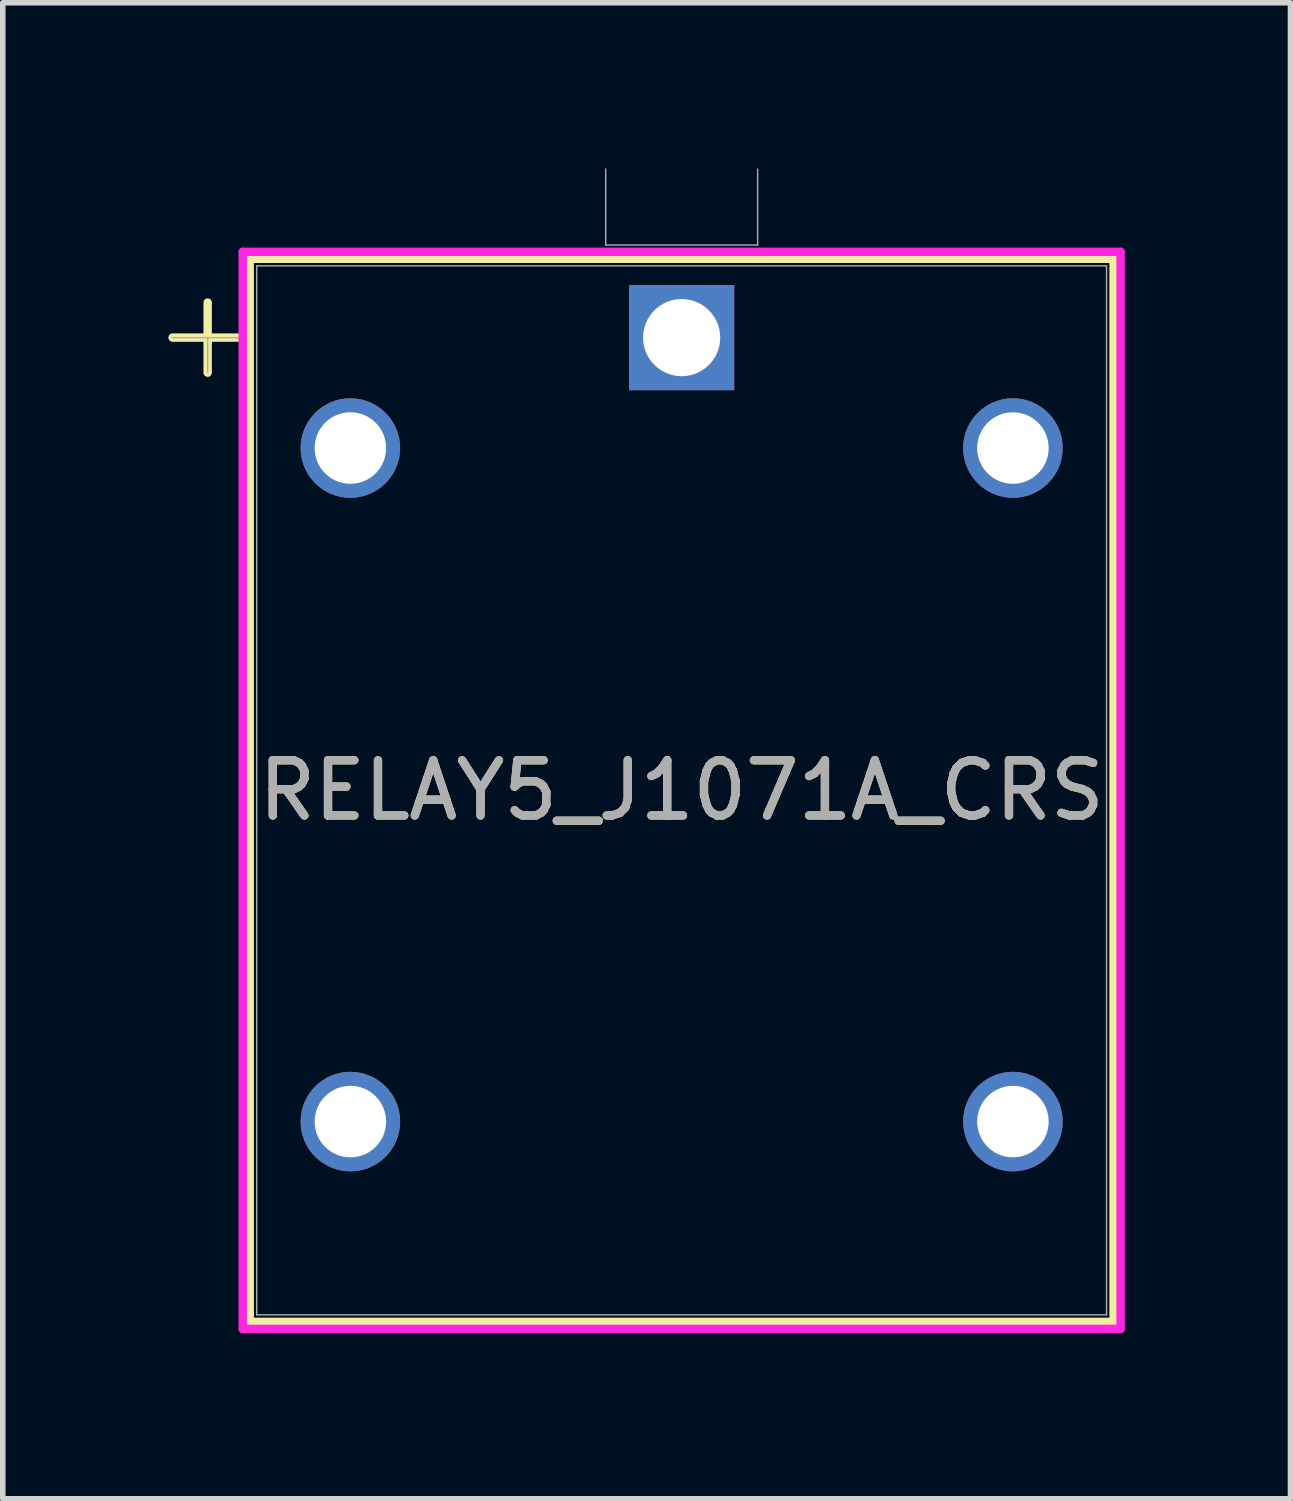
<source format=kicad_pcb>
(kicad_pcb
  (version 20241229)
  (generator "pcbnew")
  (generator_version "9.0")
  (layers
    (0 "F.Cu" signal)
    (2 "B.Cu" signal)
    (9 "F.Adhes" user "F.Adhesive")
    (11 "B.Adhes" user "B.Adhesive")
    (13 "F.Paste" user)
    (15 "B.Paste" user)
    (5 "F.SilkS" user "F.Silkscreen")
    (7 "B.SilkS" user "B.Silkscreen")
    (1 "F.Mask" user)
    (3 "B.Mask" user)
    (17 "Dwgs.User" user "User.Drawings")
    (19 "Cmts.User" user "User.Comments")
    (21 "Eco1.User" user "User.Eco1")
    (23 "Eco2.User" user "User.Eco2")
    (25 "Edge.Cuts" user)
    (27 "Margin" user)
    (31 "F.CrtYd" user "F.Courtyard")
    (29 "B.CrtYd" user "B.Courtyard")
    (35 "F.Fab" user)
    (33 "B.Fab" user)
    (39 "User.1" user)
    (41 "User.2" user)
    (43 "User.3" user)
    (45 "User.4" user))
  (footprint "RELAY5_J1071A_CRS"
    (layer "F.Cu")
    (at 9.296 3.065)
    (property "Reference" "RELAY5_J1071A_CRS" (at 0 8.2 0) (unlocked yes) (layer "F.SilkS") (effects (font (size 1 1) (thickness 0.15))))
    (attr through_hole)
    (fp_line (start -9.22 0) (end -7.95 0) (stroke (width 0.152) (type solid)) (layer "F.SilkS"))
    (fp_line (start -8.585 -0.635) (end -8.585 0.635) (stroke (width 0.152) (type solid)) (layer "F.SilkS"))
    (fp_line (start -7.823 -1.427) (end -7.823 17.826) (stroke (width 0.152) (type solid)) (layer "F.SilkS"))
    (fp_line (start 7.823 -1.427) (end -7.823 -1.427) (stroke (width 0.152) (type solid)) (layer "F.SilkS"))
    (fp_line (start 7.823 -1.427) (end 7.823 17.826) (stroke (width 0.152) (type solid)) (layer "F.SilkS"))
    (fp_line (start 7.823 17.826) (end -7.823 17.826) (stroke (width 0.152) (type solid)) (layer "F.SilkS"))
    (fp_line (start -7.95 -1.554) (end -7.95 17.953) (stroke (width 0.152) (type solid)) (layer "F.CrtYd"))
    (fp_line (start -7.95 17.953) (end 7.95 17.953) (stroke (width 0.152) (type solid)) (layer "F.CrtYd"))
    (fp_line (start 7.95 -1.554) (end -7.95 -1.554) (stroke (width 0.152) (type solid)) (layer "F.CrtYd"))
    (fp_line (start 7.95 17.953) (end 7.95 -1.554) (stroke (width 0.152) (type solid)) (layer "F.CrtYd"))
    (fp_line (start -9.22 0) (end -7.95 0) (stroke (width 0.025) (type solid)) (layer "F.Fab"))
    (fp_line (start -8.585 0) (end -8.585 0.635) (stroke (width 0.025) (type solid)) (layer "F.Fab"))
    (fp_line (start -7.696 -1.3) (end -7.696 17.699) (stroke (width 0.025) (type solid)) (layer "F.Fab"))
    (fp_line (start -1.376 -1.677) (end -1.376 -3.053) (stroke (width 0.025) (type solid)) (layer "F.Fab"))
    (fp_line (start 1.376 -3.053) (end 1.376 -1.677) (stroke (width 0.025) (type solid)) (layer "F.Fab"))
    (fp_line (start 1.376 -1.677) (end -1.376 -1.677) (stroke (width 0.025) (type solid)) (layer "F.Fab"))
    (fp_line (start 7.696 -1.3) (end -7.696 -1.3) (stroke (width 0.025) (type solid)) (layer "F.Fab"))
    (fp_line (start 7.696 -1.3) (end 7.696 17.699) (stroke (width 0.025) (type solid)) (layer "F.Fab"))
    (fp_line (start 7.696 17.699) (end -7.696 17.699) (stroke (width 0.025) (type solid)) (layer "F.Fab"))
    (fp_text user "${REFERENCE}" (at 0 8.2 0) (unlocked yes) (layer "F.Fab") (effects (font (size 1 1) (thickness 0.15))))
    (pad "1" thru_hole rect (at 0 0) (size 1.905 1.905) (drill 1.397) (layers "*.Cu" "*.Mask"))
    (pad "2" thru_hole circle (at -6 2) (size 1.803 1.803) (drill 1.295) (layers "*.Cu" "*.Mask"))
    (pad "3" thru_hole circle (at -6 14.199) (size 1.803 1.803) (drill 1.295) (layers "*.Cu" "*.Mask"))
    (pad "4" thru_hole circle (at 6 14.199) (size 1.803 1.803) (drill 1.295) (layers "*.Cu" "*.Mask"))
    (pad "5" thru_hole circle (at 6 2) (size 1.803 1.803) (drill 1.295) (layers "*.Cu" "*.Mask")))
  (gr_rect
    (start -3 -3)
    (end 20.323 24.095)
    (stroke (width 0.1) (type default))
    (fill no)
    (layer "Edge.Cuts")))
</source>
